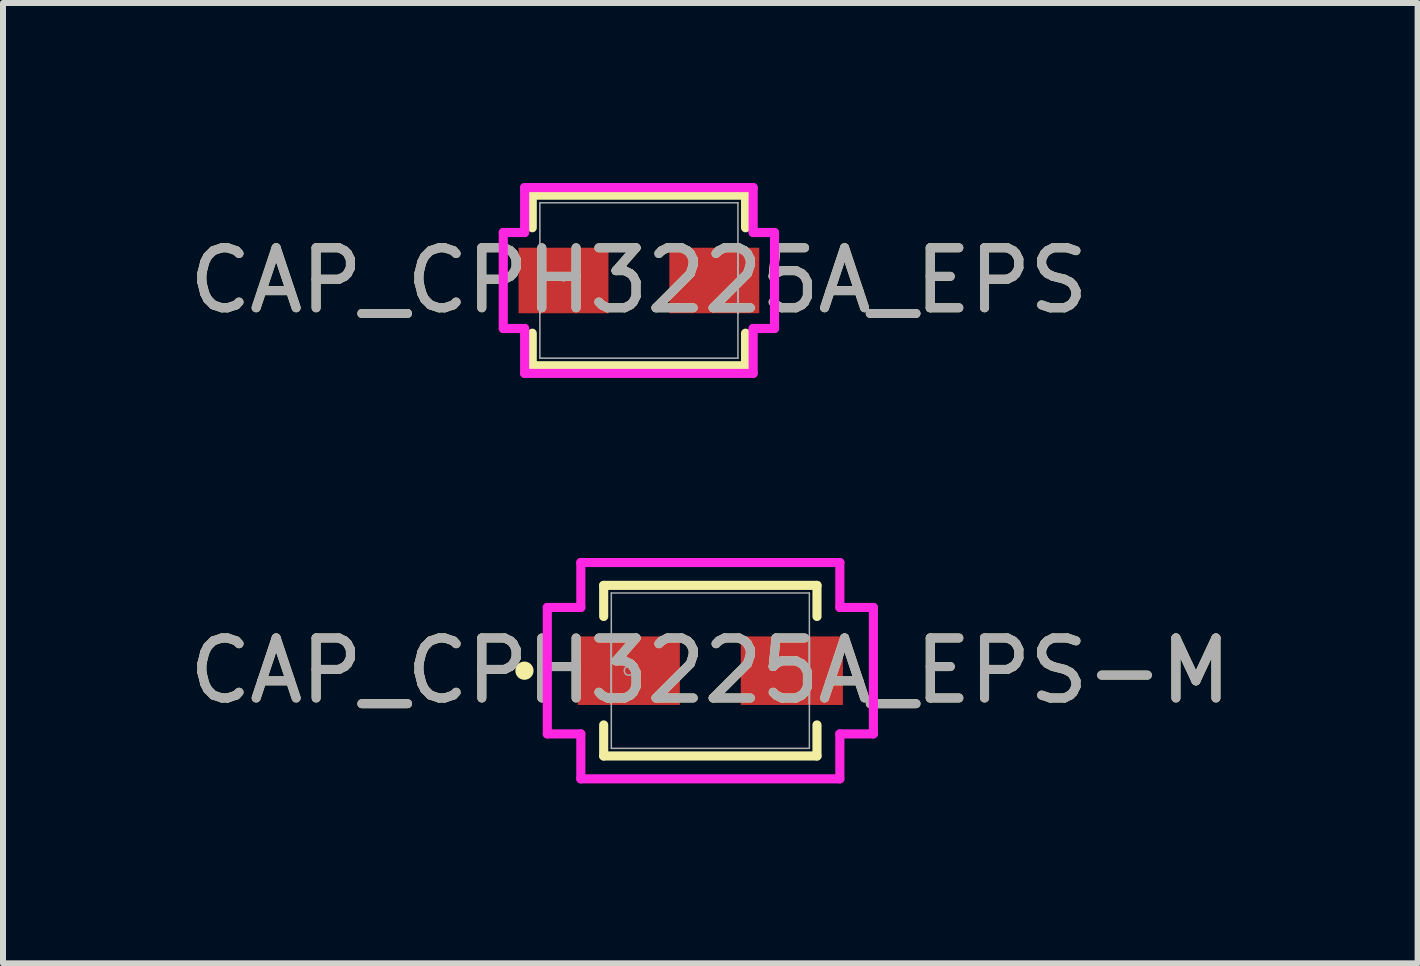
<source format=kicad_pcb>
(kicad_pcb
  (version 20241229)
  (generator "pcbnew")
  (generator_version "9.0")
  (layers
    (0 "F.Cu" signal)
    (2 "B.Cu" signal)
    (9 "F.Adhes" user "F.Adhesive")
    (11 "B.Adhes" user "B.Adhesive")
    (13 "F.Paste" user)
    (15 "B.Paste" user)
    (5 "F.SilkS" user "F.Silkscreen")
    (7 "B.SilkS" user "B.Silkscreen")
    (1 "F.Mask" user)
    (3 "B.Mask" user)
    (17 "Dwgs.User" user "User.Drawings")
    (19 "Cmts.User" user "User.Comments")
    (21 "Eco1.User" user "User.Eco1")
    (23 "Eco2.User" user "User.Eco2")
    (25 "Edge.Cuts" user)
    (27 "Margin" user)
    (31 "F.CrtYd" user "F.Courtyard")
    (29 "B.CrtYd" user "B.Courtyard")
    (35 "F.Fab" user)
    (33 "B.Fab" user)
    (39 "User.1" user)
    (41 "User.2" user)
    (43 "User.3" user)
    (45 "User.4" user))
  (footprint "CAP_CPH3225A_EPS"
    (layer "F.Cu")
    (at 7.601 1.626)
    (property "Reference" "CAP_CPH3225A_EPS" (at 0 0 0) (unlocked yes) (layer "F.SilkS") (effects (font (size 1 1) (thickness 0.15))))
    (attr smd)
    (fp_line (start -1.778 -1.422) (end -1.778 -0.879) (stroke (width 0.152) (type solid)) (layer "F.SilkS"))
    (fp_line (start -1.778 0.879) (end -1.778 1.422) (stroke (width 0.152) (type solid)) (layer "F.SilkS"))
    (fp_line (start -1.778 1.422) (end 1.778 1.422) (stroke (width 0.152) (type solid)) (layer "F.SilkS"))
    (fp_line (start 1.778 -1.422) (end -1.778 -1.422) (stroke (width 0.152) (type solid)) (layer "F.SilkS"))
    (fp_line (start 1.778 -0.879) (end 1.778 -1.422) (stroke (width 0.152) (type solid)) (layer "F.SilkS"))
    (fp_line (start 1.778 1.422) (end 1.778 0.879) (stroke (width 0.152) (type solid)) (layer "F.SilkS"))
    (fp_line (start -2.261 -0.8) (end -1.905 -0.8) (stroke (width 0.152) (type solid)) (layer "F.CrtYd"))
    (fp_line (start -2.261 0.8) (end -2.261 -0.8) (stroke (width 0.152) (type solid)) (layer "F.CrtYd"))
    (fp_line (start -1.905 -1.549) (end 1.905 -1.549) (stroke (width 0.152) (type solid)) (layer "F.CrtYd"))
    (fp_line (start -1.905 -0.8) (end -1.905 -1.549) (stroke (width 0.152) (type solid)) (layer "F.CrtYd"))
    (fp_line (start -1.905 0.8) (end -2.261 0.8) (stroke (width 0.152) (type solid)) (layer "F.CrtYd"))
    (fp_line (start -1.905 1.549) (end -1.905 0.8) (stroke (width 0.152) (type solid)) (layer "F.CrtYd"))
    (fp_line (start 1.905 -1.549) (end 1.905 -0.8) (stroke (width 0.152) (type solid)) (layer "F.CrtYd"))
    (fp_line (start 1.905 -0.8) (end 2.261 -0.8) (stroke (width 0.152) (type solid)) (layer "F.CrtYd"))
    (fp_line (start 1.905 0.8) (end 1.905 1.549) (stroke (width 0.152) (type solid)) (layer "F.CrtYd"))
    (fp_line (start 1.905 1.549) (end -1.905 1.549) (stroke (width 0.152) (type solid)) (layer "F.CrtYd"))
    (fp_line (start 2.261 -0.8) (end 2.261 0.8) (stroke (width 0.152) (type solid)) (layer "F.CrtYd"))
    (fp_line (start 2.261 0.8) (end 1.905 0.8) (stroke (width 0.152) (type solid)) (layer "F.CrtYd"))
    (fp_line (start -1.651 -1.295) (end -1.651 1.295) (stroke (width 0.025) (type solid)) (layer "F.Fab"))
    (fp_line (start -1.651 -0.546) (end -1.651 -0.546) (stroke (width 0.025) (type solid)) (layer "F.Fab"))
    (fp_line (start -1.651 -0.546) (end -1.651 0.546) (stroke (width 0.025) (type solid)) (layer "F.Fab"))
    (fp_line (start -1.651 0.546) (end -1.651 -0.546) (stroke (width 0.025) (type solid)) (layer "F.Fab"))
    (fp_line (start -1.651 0.546) (end -1.651 0.546) (stroke (width 0.025) (type solid)) (layer "F.Fab"))
    (fp_line (start -1.651 1.295) (end 1.651 1.295) (stroke (width 0.025) (type solid)) (layer "F.Fab"))
    (fp_line (start 1.651 -1.295) (end -1.651 -1.295) (stroke (width 0.025) (type solid)) (layer "F.Fab"))
    (fp_line (start 1.651 -0.546) (end 1.651 -0.546) (stroke (width 0.025) (type solid)) (layer "F.Fab"))
    (fp_line (start 1.651 -0.546) (end 1.651 0.546) (stroke (width 0.025) (type solid)) (layer "F.Fab"))
    (fp_line (start 1.651 0.546) (end 1.651 -0.546) (stroke (width 0.025) (type solid)) (layer "F.Fab"))
    (fp_line (start 1.651 0.546) (end 1.651 0.546) (stroke (width 0.025) (type solid)) (layer "F.Fab"))
    (fp_line (start 1.651 1.295) (end 1.651 -1.295) (stroke (width 0.025) (type solid)) (layer "F.Fab"))
    (fp_circle (center -1.257 0) (end -1.257 0) (stroke (width 0.025) (type solid)) (fill no) (layer "F.Fab"))
    (fp_text user "${REFERENCE}" (at 0 0 0) (unlocked yes) (layer "F.Fab") (effects (font (size 1 1) (thickness 0.15))))
    (pad "1" smd rect (at -1.257 0) (size 1.499 1.092) (layers "F.Cu" "F.Mask" "F.Paste"))
    (pad "2" smd rect (at 1.257 0) (size 1.499 1.092) (layers "F.Cu" "F.Mask" "F.Paste"))
    (zone (net_name "") (layer "F.Cu") (hatch full 0.508) (connect_pads) (min_thickness 0.254) (filled_areas_thickness no) (keepout (tracks not_allowed) (vias not_allowed) (pads allowed) (copperpour not_allowed) (footprints allowed)) (placement (enabled no)) (fill) (polygon (pts (xy 7.144 0.381) (xy 8.058 0.381) (xy 8.058 2.87) (xy 7.144 2.87)))))
  (footprint "CAP_CPH3225A_EPS-M"
    (layer "F.Cu")
    (at 8.792 8.131)
    (property "Reference" "CAP_CPH3225A_EPS-M" (at 0 0 0) (unlocked yes) (layer "F.SilkS") (effects (font (size 1 1) (thickness 0.15))))
    (attr smd)
    (fp_line (start -1.778 -1.422) (end -1.778 -0.904) (stroke (width 0.152) (type solid)) (layer "F.SilkS"))
    (fp_line (start -1.778 0.904) (end -1.778 1.422) (stroke (width 0.152) (type solid)) (layer "F.SilkS"))
    (fp_line (start -1.778 1.422) (end 1.778 1.422) (stroke (width 0.152) (type solid)) (layer "F.SilkS"))
    (fp_line (start 1.778 -1.422) (end -1.778 -1.422) (stroke (width 0.152) (type solid)) (layer "F.SilkS"))
    (fp_line (start 1.778 -0.904) (end 1.778 -1.422) (stroke (width 0.152) (type solid)) (layer "F.SilkS"))
    (fp_line (start 1.778 1.422) (end 1.778 0.904) (stroke (width 0.152) (type solid)) (layer "F.SilkS"))
    (fp_circle (center -3.099 0) (end -3.023 0) (stroke (width 0.152) (type solid)) (fill no) (layer "F.SilkS"))
    (fp_line (start -2.718 -1.054) (end -2.159 -1.054) (stroke (width 0.152) (type solid)) (layer "F.CrtYd"))
    (fp_line (start -2.718 1.054) (end -2.718 -1.054) (stroke (width 0.152) (type solid)) (layer "F.CrtYd"))
    (fp_line (start -2.159 -1.803) (end 2.159 -1.803) (stroke (width 0.152) (type solid)) (layer "F.CrtYd"))
    (fp_line (start -2.159 -1.054) (end -2.159 -1.803) (stroke (width 0.152) (type solid)) (layer "F.CrtYd"))
    (fp_line (start -2.159 1.054) (end -2.718 1.054) (stroke (width 0.152) (type solid)) (layer "F.CrtYd"))
    (fp_line (start -2.159 1.803) (end -2.159 1.054) (stroke (width 0.152) (type solid)) (layer "F.CrtYd"))
    (fp_line (start 2.159 -1.803) (end 2.159 -1.054) (stroke (width 0.152) (type solid)) (layer "F.CrtYd"))
    (fp_line (start 2.159 -1.054) (end 2.718 -1.054) (stroke (width 0.152) (type solid)) (layer "F.CrtYd"))
    (fp_line (start 2.159 1.054) (end 2.159 1.803) (stroke (width 0.152) (type solid)) (layer "F.CrtYd"))
    (fp_line (start 2.159 1.803) (end -2.159 1.803) (stroke (width 0.152) (type solid)) (layer "F.CrtYd"))
    (fp_line (start 2.718 -1.054) (end 2.718 1.054) (stroke (width 0.152) (type solid)) (layer "F.CrtYd"))
    (fp_line (start 2.718 1.054) (end 2.159 1.054) (stroke (width 0.152) (type solid)) (layer "F.CrtYd"))
    (fp_line (start -1.651 -1.295) (end -1.651 1.295) (stroke (width 0.025) (type solid)) (layer "F.Fab"))
    (fp_line (start -1.651 -0.546) (end -1.651 -0.546) (stroke (width 0.025) (type solid)) (layer "F.Fab"))
    (fp_line (start -1.651 -0.546) (end -1.651 0.546) (stroke (width 0.025) (type solid)) (layer "F.Fab"))
    (fp_line (start -1.651 0.546) (end -1.651 -0.546) (stroke (width 0.025) (type solid)) (layer "F.Fab"))
    (fp_line (start -1.651 0.546) (end -1.651 0.546) (stroke (width 0.025) (type solid)) (layer "F.Fab"))
    (fp_line (start -1.651 1.295) (end 1.651 1.295) (stroke (width 0.025) (type solid)) (layer "F.Fab"))
    (fp_line (start 1.651 -1.295) (end -1.651 -1.295) (stroke (width 0.025) (type solid)) (layer "F.Fab"))
    (fp_line (start 1.651 -0.546) (end 1.651 -0.546) (stroke (width 0.025) (type solid)) (layer "F.Fab"))
    (fp_line (start 1.651 -0.546) (end 1.651 0.546) (stroke (width 0.025) (type solid)) (layer "F.Fab"))
    (fp_line (start 1.651 0.546) (end 1.651 -0.546) (stroke (width 0.025) (type solid)) (layer "F.Fab"))
    (fp_line (start 1.651 0.546) (end 1.651 0.546) (stroke (width 0.025) (type solid)) (layer "F.Fab"))
    (fp_line (start 1.651 1.295) (end 1.651 -1.295) (stroke (width 0.025) (type solid)) (layer "F.Fab"))
    (fp_circle (center -1.359 0) (end -1.283 0) (stroke (width 0.025) (type solid)) (fill no) (layer "F.Fab"))
    (fp_text user "${REFERENCE}" (at 0 0 0) (unlocked yes) (layer "F.Fab") (effects (font (size 1 1) (thickness 0.15))))
    (pad "1" smd rect (at -1.359 0) (size 1.702 1.143) (layers "F.Cu" "F.Mask" "F.Paste"))
    (pad "2" smd rect (at 1.359 0) (size 1.702 1.143) (layers "F.Cu" "F.Mask" "F.Paste"))
    (zone (net_name "") (layer "F.Cu") (hatch full 0.508) (connect_pads) (min_thickness 0.254) (filled_areas_thickness no) (keepout (tracks not_allowed) (vias not_allowed) (pads allowed) (copperpour not_allowed) (footprints allowed)) (placement (enabled no)) (fill) (polygon (pts (xy 8.334 6.886) (xy 9.249 6.886) (xy 9.249 9.375) (xy 8.334 9.375)))))
  (gr_rect
    (start -3 -3)
    (end 20.583 13.01)
    (stroke (width 0.1) (type default))
    (fill no)
    (layer "Edge.Cuts")))
</source>
